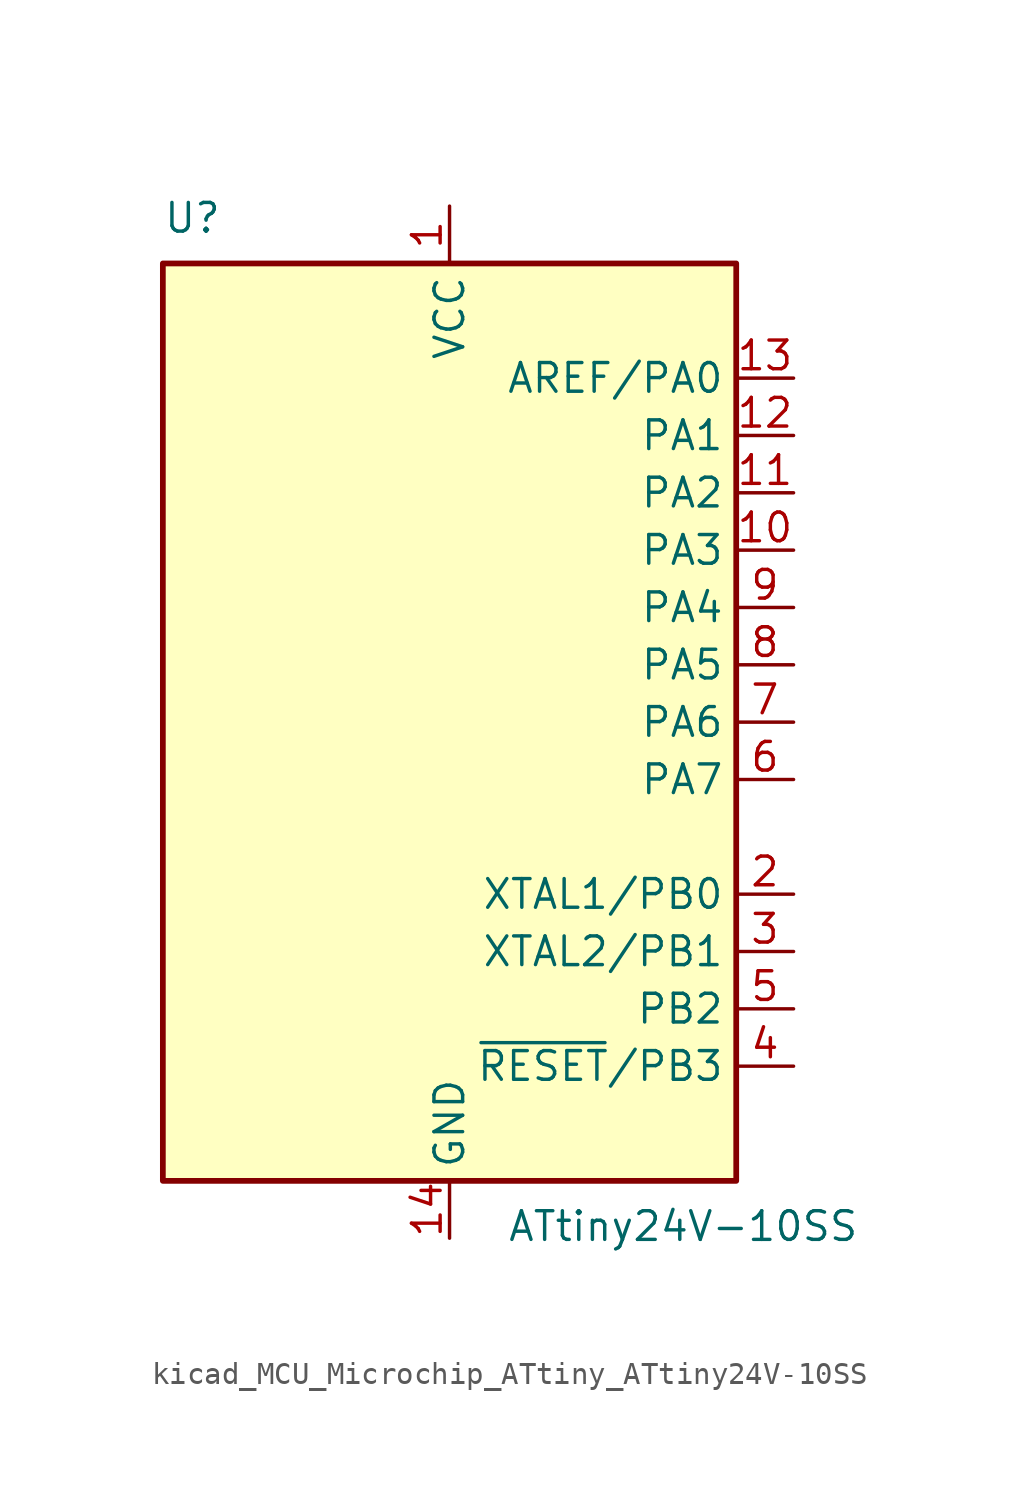
<source format=kicad_sym>
(kicad_symbol_lib
  (version 20220914)
  (generator kicad_symbol_editor)
  (symbol "kicad_MCU_Microchip_ATtiny_ATtiny24V-10SS"
    (property "Reference" "U"
      (at -12.7 21.59 0)
      (effects (font (size 1.27 1.27)) (justify left bottom)))
    (property "Value" "ATtiny24V-10SS"
      (at 2.54 -21.59 0)
      (effects (font (size 1.27 1.27)) (justify left top)))
    (symbol "kicad_MCU_Microchip_ATtiny_ATtiny24V-10SS_0_1"
      (rectangle (start -12.7 -20.32) (end 12.7 20.32) (stroke (width 0.254) (type default)) (fill (type background))))
    (symbol "kicad_MCU_Microchip_ATtiny_ATtiny24V-10SS_1_1"
      (pin power_in line (at 0 22.86 270) (length 2.54) (name "VCC" (effects (font (size 1.27 1.27)))) (number "1" (effects (font (size 1.27 1.27)))))
      (pin bidirectional line (at 15.24 7.62 180) (length 2.54) (name "PA3" (effects (font (size 1.27 1.27)))) (number "10" (effects (font (size 1.27 1.27)))))
      (pin bidirectional line (at 15.24 10.16 180) (length 2.54) (name "PA2" (effects (font (size 1.27 1.27)))) (number "11" (effects (font (size 1.27 1.27)))))
      (pin bidirectional line (at 15.24 12.7 180) (length 2.54) (name "PA1" (effects (font (size 1.27 1.27)))) (number "12" (effects (font (size 1.27 1.27)))))
      (pin bidirectional line (at 15.24 15.24 180) (length 2.54) (name "AREF/PA0" (effects (font (size 1.27 1.27)))) (number "13" (effects (font (size 1.27 1.27)))))
      (pin power_in line (at 0 -22.86 90) (length 2.54) (name "GND" (effects (font (size 1.27 1.27)))) (number "14" (effects (font (size 1.27 1.27)))))
      (pin bidirectional line (at 15.24 -7.62 180) (length 2.54) (name "XTAL1/PB0" (effects (font (size 1.27 1.27)))) (number "2" (effects (font (size 1.27 1.27)))))
      (pin bidirectional line (at 15.24 -10.16 180) (length 2.54) (name "XTAL2/PB1" (effects (font (size 1.27 1.27)))) (number "3" (effects (font (size 1.27 1.27)))))
      (pin bidirectional line (at 15.24 -15.24 180) (length 2.54) (name "~{RESET}/PB3" (effects (font (size 1.27 1.27)))) (number "4" (effects (font (size 1.27 1.27)))))
      (pin bidirectional line (at 15.24 -12.7 180) (length 2.54) (name "PB2" (effects (font (size 1.27 1.27)))) (number "5" (effects (font (size 1.27 1.27)))))
      (pin bidirectional line (at 15.24 -2.54 180) (length 2.54) (name "PA7" (effects (font (size 1.27 1.27)))) (number "6" (effects (font (size 1.27 1.27)))))
      (pin bidirectional line (at 15.24 0 180) (length 2.54) (name "PA6" (effects (font (size 1.27 1.27)))) (number "7" (effects (font (size 1.27 1.27)))))
      (pin bidirectional line (at 15.24 2.54 180) (length 2.54) (name "PA5" (effects (font (size 1.27 1.27)))) (number "8" (effects (font (size 1.27 1.27)))))
      (pin bidirectional line (at 15.24 5.08 180) (length 2.54) (name "PA4" (effects (font (size 1.27 1.27)))) (number "9" (effects (font (size 1.27 1.27))))))))
</source>
